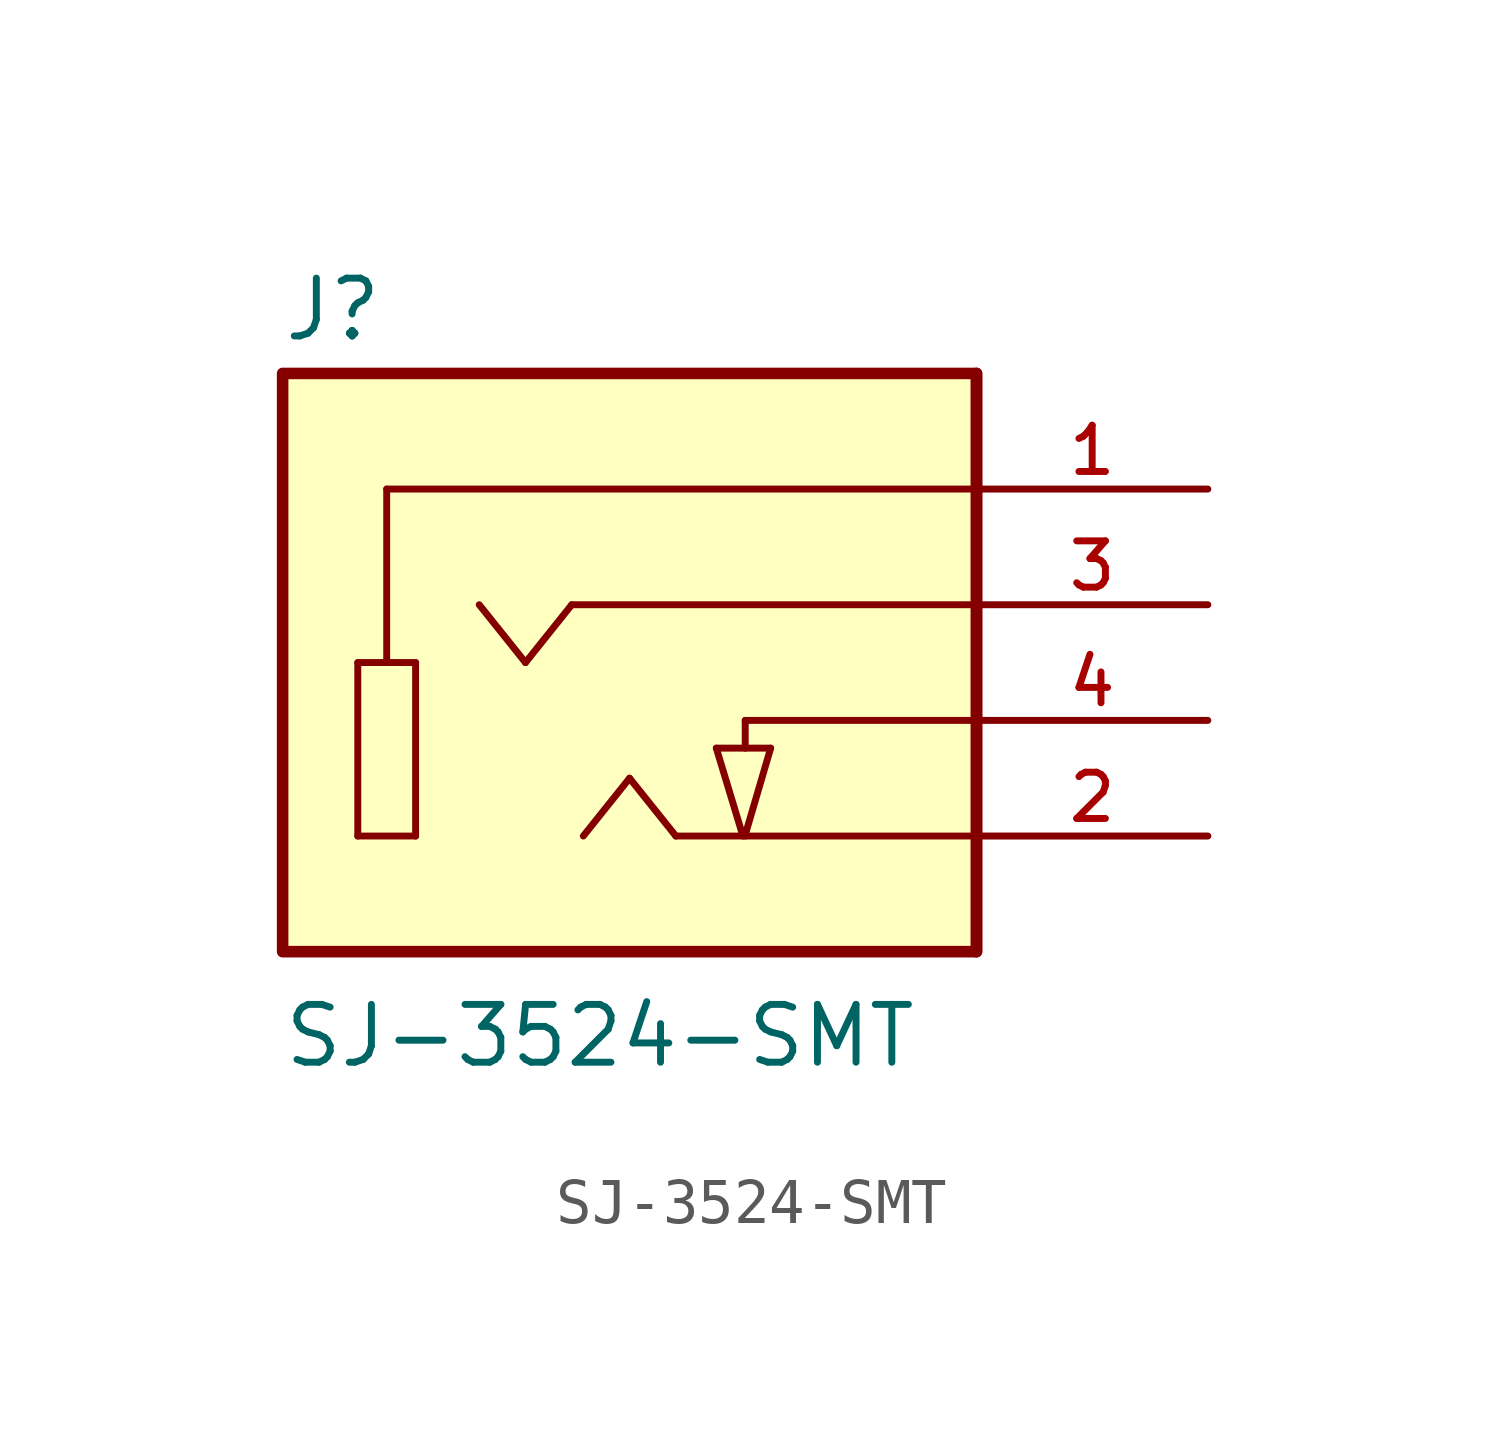
<source format=kicad_sym>
(kicad_symbol_lib
  (version 20211014)
  (generator kicad_symbol_editor)
  (symbol "SJ-3524-SMT"
    (pin_names
      (offset 1.016) hide)
    (property "Reference" "J"
      (at -7.645 8.28 0)
      (effects (font (size 1.27 1.27)) (justify left bottom)))
    (property "Value" "SJ-3524-SMT"
      (at -7.645 -7.671 0)
      (effects (font (size 1.27 1.27)) (justify left bottom)))
    (property "ki_locked" ""
      (at 0 0 0)
      (effects (font (size 1.27 1.27))))
    (symbol "SJ-3524-SMT_0_0"
      (rectangle (start -7.62 -5.08) (end 7.62 7.62) (stroke (width 0.254) (type default) (color 0 0 0 0)) (fill (type background)))
      (polyline (pts (xy -5.969 -2.54) (xy -4.699 -2.54)) (stroke (width 0.152) (type default) (color 0 0 0 0)) (fill (type none)))
      (polyline (pts (xy -5.969 1.27) (xy -5.969 -2.54)) (stroke (width 0.152) (type default) (color 0 0 0 0)) (fill (type none)))
      (polyline (pts (xy -5.334 1.27) (xy -5.969 1.27)) (stroke (width 0.152) (type default) (color 0 0 0 0)) (fill (type none)))
      (polyline (pts (xy -5.334 1.27) (xy -5.334 5.08)) (stroke (width 0.152) (type default) (color 0 0 0 0)) (fill (type none)))
      (polyline (pts (xy -5.334 5.08) (xy 7.62 5.08)) (stroke (width 0.152) (type default) (color 0 0 0 0)) (fill (type none)))
      (polyline (pts (xy -4.699 -2.54) (xy -4.699 1.27)) (stroke (width 0.152) (type default) (color 0 0 0 0)) (fill (type none)))
      (polyline (pts (xy -4.699 1.27) (xy -5.334 1.27)) (stroke (width 0.152) (type default) (color 0 0 0 0)) (fill (type none)))
      (polyline (pts (xy -2.286 1.27) (xy -3.302 2.54)) (stroke (width 0.152) (type default) (color 0 0 0 0)) (fill (type none)))
      (polyline (pts (xy -1.27 2.54) (xy -2.286 1.27)) (stroke (width 0.152) (type default) (color 0 0 0 0)) (fill (type none)))
      (polyline (pts (xy -1.016 -2.54) (xy 0 -1.27)) (stroke (width 0.152) (type default) (color 0 0 0 0)) (fill (type none)))
      (polyline (pts (xy 0 -1.27) (xy 1.016 -2.54)) (stroke (width 0.152) (type default) (color 0 0 0 0)) (fill (type none)))
      (polyline (pts (xy 1.905 -0.61) (xy 2.489 -2.54)) (stroke (width 0.152) (type default) (color 0 0 0 0)) (fill (type none)))
      (polyline (pts (xy 1.905 -0.61) (xy 3.099 -0.61)) (stroke (width 0.152) (type default) (color 0 0 0 0)) (fill (type none)))
      (polyline (pts (xy 2.54 -2.515) (xy 2.54 -2.54)) (stroke (width 0.152) (type default) (color 0 0 0 0)) (fill (type none)))
      (polyline (pts (xy 2.54 0) (xy 2.54 -0.61)) (stroke (width 0.152) (type default) (color 0 0 0 0)) (fill (type none)))
      (polyline (pts (xy 2.54 0) (xy 7.62 0)) (stroke (width 0.152) (type default) (color 0 0 0 0)) (fill (type none)))
      (polyline (pts (xy 3.099 -0.61) (xy 2.54 -2.515)) (stroke (width 0.152) (type default) (color 0 0 0 0)) (fill (type none)))
      (polyline (pts (xy 7.62 -5.08) (xy 7.62 7.62)) (stroke (width 0.254) (type default) (color 0 0 0 0)) (fill (type none)))
      (polyline (pts (xy 7.62 -2.54) (xy 1.016 -2.54)) (stroke (width 0.152) (type default) (color 0 0 0 0)) (fill (type none)))
      (polyline (pts (xy 7.62 2.54) (xy -1.27 2.54)) (stroke (width 0.152) (type default) (color 0 0 0 0)) (fill (type none)))
      (pin passive line (at 12.7 5.08 180) (length 5.08) (name "~" (effects (font (size 1.016 1.016)))) (number "1" (effects (font (size 1.016 1.016)))))
      (pin passive line (at 12.7 -2.54 180) (length 5.08) (name "~" (effects (font (size 1.016 1.016)))) (number "2" (effects (font (size 1.016 1.016)))))
      (pin passive line (at 12.7 2.54 180) (length 5.08) (name "~" (effects (font (size 1.016 1.016)))) (number "3" (effects (font (size 1.016 1.016)))))
      (pin passive line (at 12.7 0 180) (length 5.08) (name "~" (effects (font (size 1.016 1.016)))) (number "4" (effects (font (size 1.016 1.016))))))))
</source>
